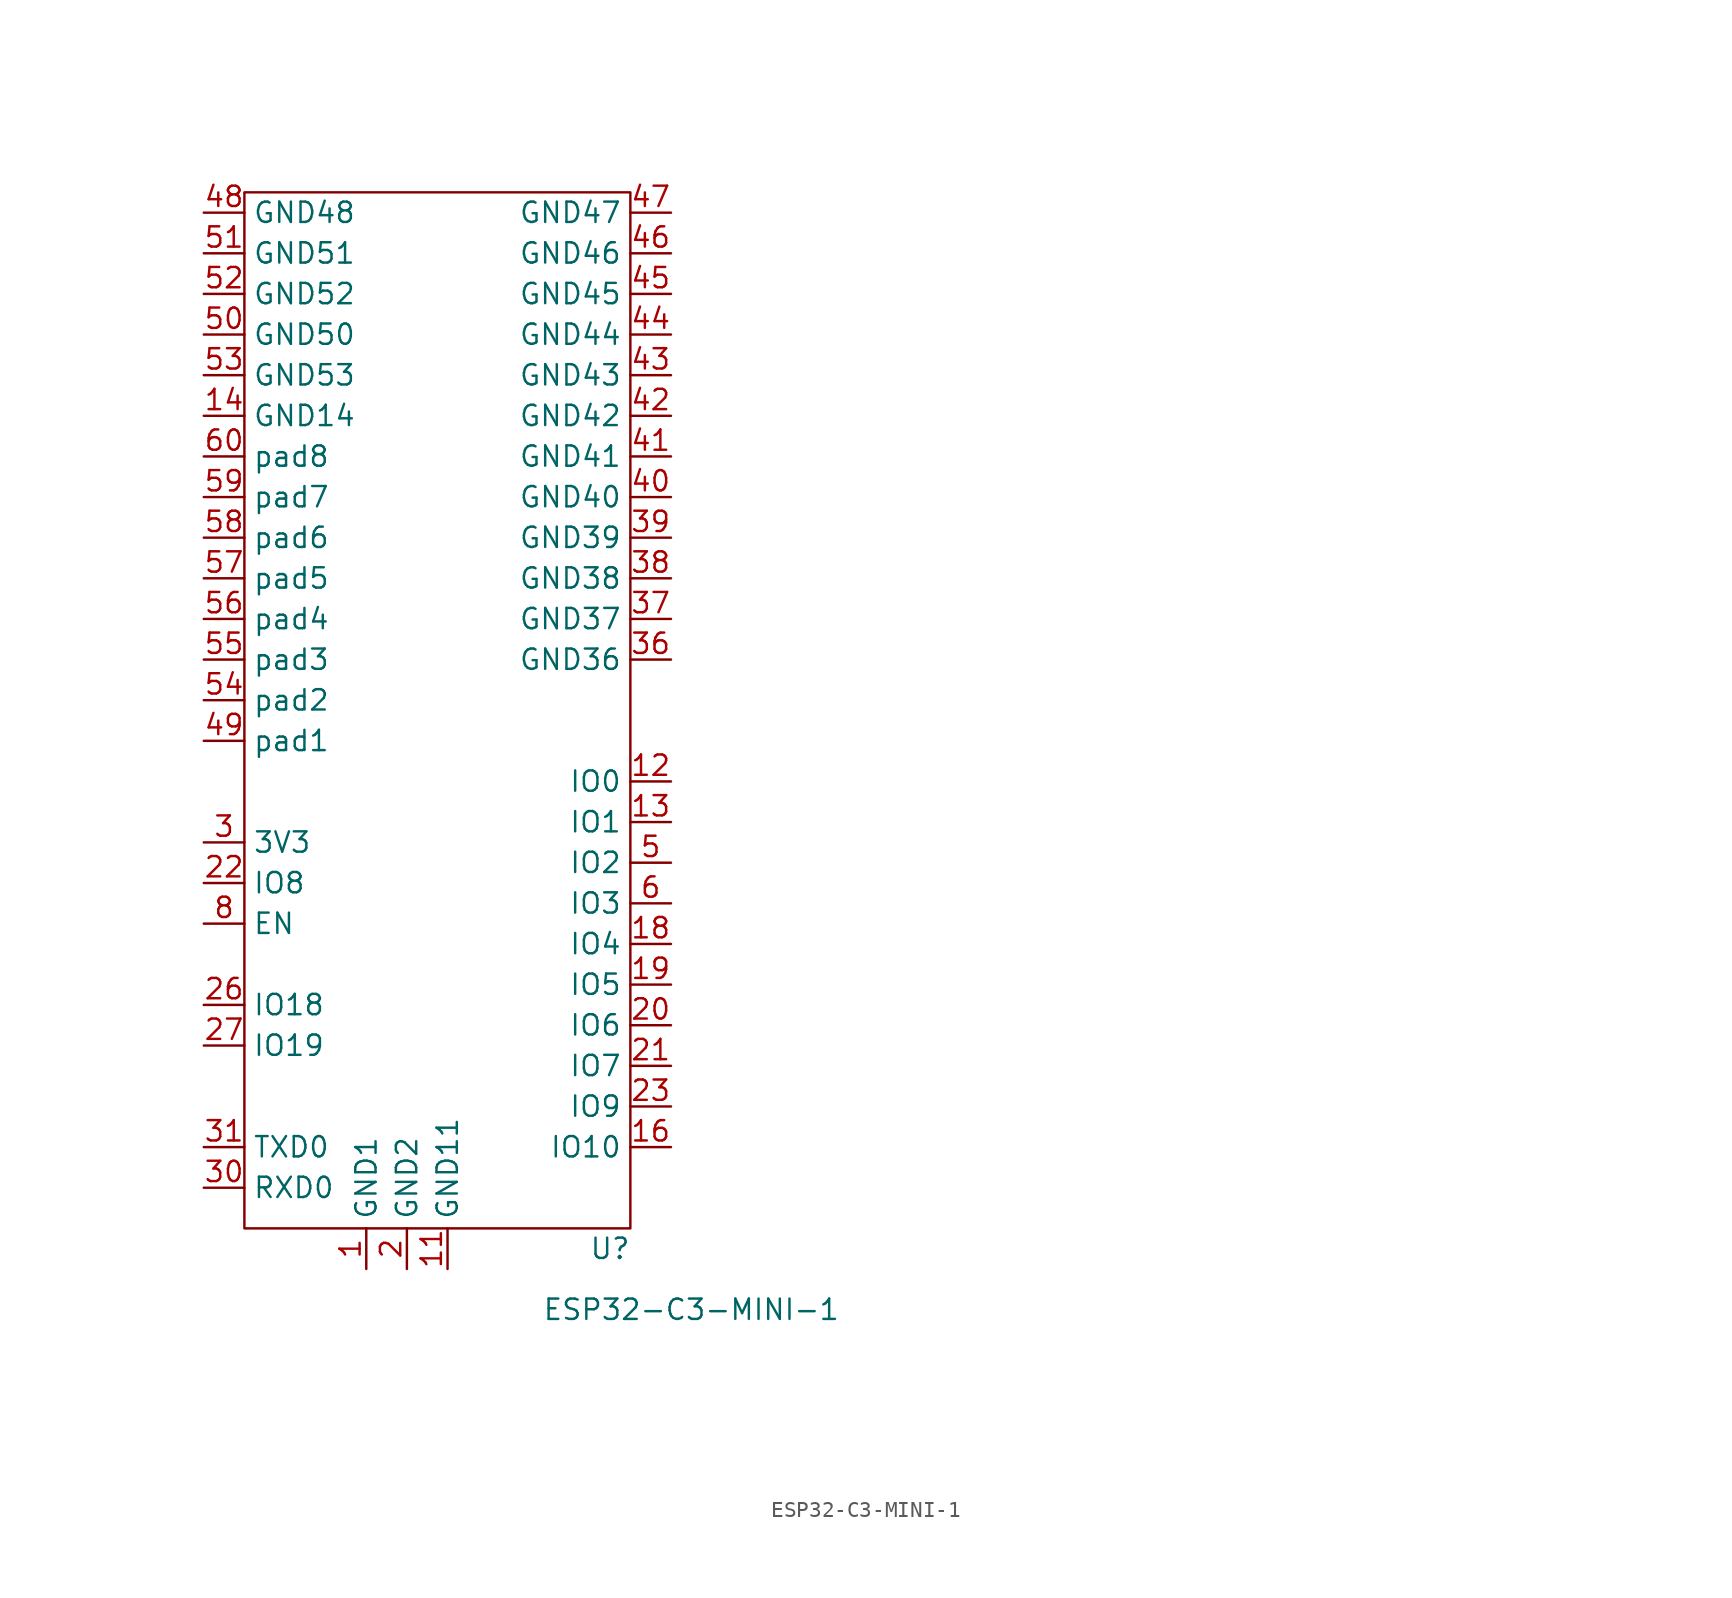
<source format=kicad_sym>
(kicad_symbol_lib
  (version 20220914)
  (generator kicad_symbol_editor)
  (symbol "ESP32-C3-MINI-1"
    (property "Reference" "U"
      (at 10.16 -17.78 0)
      (effects (font (size 1.27 1.27))))
    (property "Value" "ESP32-C3-MINI-1"
      (at 15.24 -21.59 0)
      (effects (font (size 1.27 1.27))))
    (symbol "ESP32-C3-MINI-1_0_0"
      (text "" (at 6.35 -25.4 0) (effects (font (size 1.27 1.27))))
      (text "" (at 16.51 2.54 0) (effects (font (size 1.27 1.27))))
      (pin power_out line (at 0 -19.05 90) (length 2.54) (name "GND11" (effects (font (size 1.27 1.27)))) (number "11" (effects (font (size 1.27 1.27)))))
      (pin power_out line (at -15.24 34.29 0) (length 2.54) (name "GND14" (effects (font (size 1.27 1.27)))) (number "14" (effects (font (size 1.27 1.27)))))
      (pin power_out line (at -2.54 -19.05 90) (length 2.54) (name "GND2" (effects (font (size 1.27 1.27)))) (number "2" (effects (font (size 1.27 1.27)))))
      (pin power_out line (at 13.97 19.05 180) (length 2.54) (name "GND36" (effects (font (size 1.27 1.27)))) (number "36" (effects (font (size 1.27 1.27)))))
      (pin power_out line (at 13.97 21.59 180) (length 2.54) (name "GND37" (effects (font (size 1.27 1.27)))) (number "37" (effects (font (size 1.27 1.27)))))
      (pin power_out line (at 13.97 24.13 180) (length 2.54) (name "GND38" (effects (font (size 1.27 1.27)))) (number "38" (effects (font (size 1.27 1.27)))))
      (pin power_out line (at 13.97 26.67 180) (length 2.54) (name "GND39" (effects (font (size 1.27 1.27)))) (number "39" (effects (font (size 1.27 1.27)))))
      (pin power_out line (at 13.97 29.21 180) (length 2.54) (name "GND40" (effects (font (size 1.27 1.27)))) (number "40" (effects (font (size 1.27 1.27)))))
      (pin power_out line (at 13.97 31.75 180) (length 2.54) (name "GND41" (effects (font (size 1.27 1.27)))) (number "41" (effects (font (size 1.27 1.27)))))
      (pin power_out line (at 13.97 34.29 180) (length 2.54) (name "GND42" (effects (font (size 1.27 1.27)))) (number "42" (effects (font (size 1.27 1.27)))))
      (pin power_out line (at 13.97 36.83 180) (length 2.54) (name "GND43" (effects (font (size 1.27 1.27)))) (number "43" (effects (font (size 1.27 1.27)))))
      (pin power_out line (at 13.97 39.37 180) (length 2.54) (name "GND44" (effects (font (size 1.27 1.27)))) (number "44" (effects (font (size 1.27 1.27)))))
      (pin power_out line (at 13.97 41.91 180) (length 2.54) (name "GND45" (effects (font (size 1.27 1.27)))) (number "45" (effects (font (size 1.27 1.27)))))
      (pin power_out line (at 13.97 44.45 180) (length 2.54) (name "GND46" (effects (font (size 1.27 1.27)))) (number "46" (effects (font (size 1.27 1.27)))))
      (pin power_out line (at 13.97 46.99 180) (length 2.54) (name "GND47" (effects (font (size 1.27 1.27)))) (number "47" (effects (font (size 1.27 1.27)))))
      (pin power_out line (at -15.24 46.99 0) (length 2.54) (name "GND48" (effects (font (size 1.27 1.27)))) (number "48" (effects (font (size 1.27 1.27)))))
      (pin power_out line (at -15.24 13.97 0) (length 2.54) (name "pad1" (effects (font (size 1.27 1.27)))) (number "49" (effects (font (size 1.27 1.27)))))
      (pin power_out line (at -15.24 39.37 0) (length 2.54) (name "GND50" (effects (font (size 1.27 1.27)))) (number "50" (effects (font (size 1.27 1.27)))))
      (pin power_out line (at -15.24 44.45 0) (length 2.54) (name "GND51" (effects (font (size 1.27 1.27)))) (number "51" (effects (font (size 1.27 1.27)))))
      (pin power_out line (at -15.24 41.91 0) (length 2.54) (name "GND52" (effects (font (size 1.27 1.27)))) (number "52" (effects (font (size 1.27 1.27)))))
      (pin power_out line (at -15.24 36.83 0) (length 2.54) (name "GND53" (effects (font (size 1.27 1.27)))) (number "53" (effects (font (size 1.27 1.27)))))
      (pin power_out line (at -15.24 16.51 0) (length 2.54) (name "pad2" (effects (font (size 1.27 1.27)))) (number "54" (effects (font (size 1.27 1.27)))))
      (pin power_out line (at -15.24 19.05 0) (length 2.54) (name "pad3" (effects (font (size 1.27 1.27)))) (number "55" (effects (font (size 1.27 1.27)))))
      (pin power_out line (at -15.24 21.59 0) (length 2.54) (name "pad4" (effects (font (size 1.27 1.27)))) (number "56" (effects (font (size 1.27 1.27)))))
      (pin power_out line (at -15.24 24.13 0) (length 2.54) (name "pad5" (effects (font (size 1.27 1.27)))) (number "57" (effects (font (size 1.27 1.27)))))
      (pin power_out line (at -15.24 26.67 0) (length 2.54) (name "pad6" (effects (font (size 1.27 1.27)))) (number "58" (effects (font (size 1.27 1.27)))))
      (pin power_out line (at -15.24 29.21 0) (length 2.54) (name "pad7" (effects (font (size 1.27 1.27)))) (number "59" (effects (font (size 1.27 1.27)))))
      (pin power_out line (at -15.24 31.75 0) (length 2.54) (name "pad8" (effects (font (size 1.27 1.27)))) (number "60" (effects (font (size 1.27 1.27))))))
    (symbol "ESP32-C3-MINI-1_0_1"
      (rectangle (start -12.7 48.26) (end 11.43 -16.51) (stroke (width 0.152) (type default)) (fill (type none))))
    (symbol "ESP32-C3-MINI-1_1_1"
      (pin power_out line (at -5.08 -19.05 90) (length 2.54) (name "GND1" (effects (font (size 1.27 1.27)))) (number "1" (effects (font (size 1.27 1.27)))))
      (pin no_connect line (at 52.07 20.955 270) (length 2.54) hide (name "NC10" (effects (font (size 1.27 1.27)))) (number "10" (effects (font (size 1.27 1.27)))))
      (pin input line (at 13.97 11.43 180) (length 2.54) (name "IO0" (effects (font (size 1.27 1.27)))) (number "12" (effects (font (size 1.27 1.27)))))
      (pin input line (at 13.97 8.89 180) (length 2.54) (name "IO1" (effects (font (size 1.27 1.27)))) (number "13" (effects (font (size 1.27 1.27)))))
      (pin no_connect line (at 53.975 20.955 270) (length 2.54) hide (name "NC15" (effects (font (size 1.27 1.27)))) (number "15" (effects (font (size 1.27 1.27)))))
      (pin input line (at 13.97 -11.43 180) (length 2.54) (name "IO10" (effects (font (size 1.27 1.27)))) (number "16" (effects (font (size 1.27 1.27)))))
      (pin no_connect line (at 55.88 20.955 270) (length 2.54) hide (name "NC17" (effects (font (size 1.27 1.27)))) (number "17" (effects (font (size 1.27 1.27)))))
      (pin input line (at 13.97 1.27 180) (length 2.54) (name "IO4" (effects (font (size 1.27 1.27)))) (number "18" (effects (font (size 1.27 1.27)))))
      (pin input line (at 13.97 -1.27 180) (length 2.54) (name "IO5" (effects (font (size 1.27 1.27)))) (number "19" (effects (font (size 1.27 1.27)))))
      (pin input line (at 13.97 -3.81 180) (length 2.54) (name "IO6" (effects (font (size 1.27 1.27)))) (number "20" (effects (font (size 1.27 1.27)))))
      (pin input line (at 13.97 -6.35 180) (length 2.54) (name "IO7" (effects (font (size 1.27 1.27)))) (number "21" (effects (font (size 1.27 1.27)))))
      (pin input line (at -15.24 5.08 0) (length 2.54) (name "IO8" (effects (font (size 1.27 1.27)))) (number "22" (effects (font (size 1.27 1.27)))))
      (pin input line (at 13.97 -8.89 180) (length 2.54) (name "IO9" (effects (font (size 1.27 1.27)))) (number "23" (effects (font (size 1.27 1.27)))))
      (pin no_connect line (at 54.61 20.955 270) (length 2.54) hide (name "NC24" (effects (font (size 1.27 1.27)))) (number "24" (effects (font (size 1.27 1.27)))))
      (pin no_connect line (at 56.515 20.955 270) (length 2.54) hide (name "NC25" (effects (font (size 1.27 1.27)))) (number "25" (effects (font (size 1.27 1.27)))))
      (pin input line (at -15.24 -2.54 0) (length 2.54) (name "IO18" (effects (font (size 1.27 1.27)))) (number "26" (effects (font (size 1.27 1.27)))))
      (pin input line (at -15.24 -5.08 0) (length 2.54) (name "IO19" (effects (font (size 1.27 1.27)))) (number "27" (effects (font (size 1.27 1.27)))))
      (pin no_connect line (at 58.42 20.955 270) (length 2.54) hide (name "NC28" (effects (font (size 1.27 1.27)))) (number "28" (effects (font (size 1.27 1.27)))))
      (pin no_connect line (at 60.325 20.955 270) (length 2.54) hide (name "NC29" (effects (font (size 1.27 1.27)))) (number "29" (effects (font (size 1.27 1.27)))))
      (pin power_in line (at -15.24 7.62 0) (length 2.54) (name "3V3" (effects (font (size 1.27 1.27)))) (number "3" (effects (font (size 1.27 1.27)))))
      (pin input line (at -15.24 -13.97 0) (length 2.54) (name "RXD0" (effects (font (size 1.27 1.27)))) (number "30" (effects (font (size 1.27 1.27)))))
      (pin output line (at -15.24 -11.43 0) (length 2.54) (name "TXD0" (effects (font (size 1.27 1.27)))) (number "31" (effects (font (size 1.27 1.27)))))
      (pin no_connect line (at 62.23 20.955 270) (length 2.54) hide (name "NC32" (effects (font (size 1.27 1.27)))) (number "32" (effects (font (size 1.27 1.27)))))
      (pin no_connect line (at 64.135 20.955 270) (length 2.54) hide (name "NC33" (effects (font (size 1.27 1.27)))) (number "33" (effects (font (size 1.27 1.27)))))
      (pin no_connect line (at 66.04 20.955 270) (length 2.54) hide (name "NC34" (effects (font (size 1.27 1.27)))) (number "34" (effects (font (size 1.27 1.27)))))
      (pin no_connect line (at 67.945 20.955 270) (length 2.54) hide (name "NC35" (effects (font (size 1.27 1.27)))) (number "35" (effects (font (size 1.27 1.27)))))
      (pin no_connect line (at 46.355 20.955 270) (length 2.54) hide (name "NC4" (effects (font (size 1.27 1.27)))) (number "4" (effects (font (size 1.27 1.27)))))
      (pin input line (at 13.97 6.35 180) (length 2.54) (name "IO2" (effects (font (size 1.27 1.27)))) (number "5" (effects (font (size 1.27 1.27)))))
      (pin input line (at 13.97 3.81 180) (length 2.54) (name "IO3" (effects (font (size 1.27 1.27)))) (number "6" (effects (font (size 1.27 1.27)))))
      (pin no_connect line (at 48.26 20.955 270) (length 2.54) hide (name "NC7" (effects (font (size 1.27 1.27)))) (number "7" (effects (font (size 1.27 1.27)))))
      (pin input line (at -15.24 2.54 0) (length 2.54) (name "EN" (effects (font (size 1.27 1.27)))) (number "8" (effects (font (size 1.27 1.27)))))
      (pin no_connect line (at 50.165 20.955 270) (length 2.54) hide (name "NC9" (effects (font (size 1.27 1.27)))) (number "9" (effects (font (size 1.27 1.27))))))))
</source>
